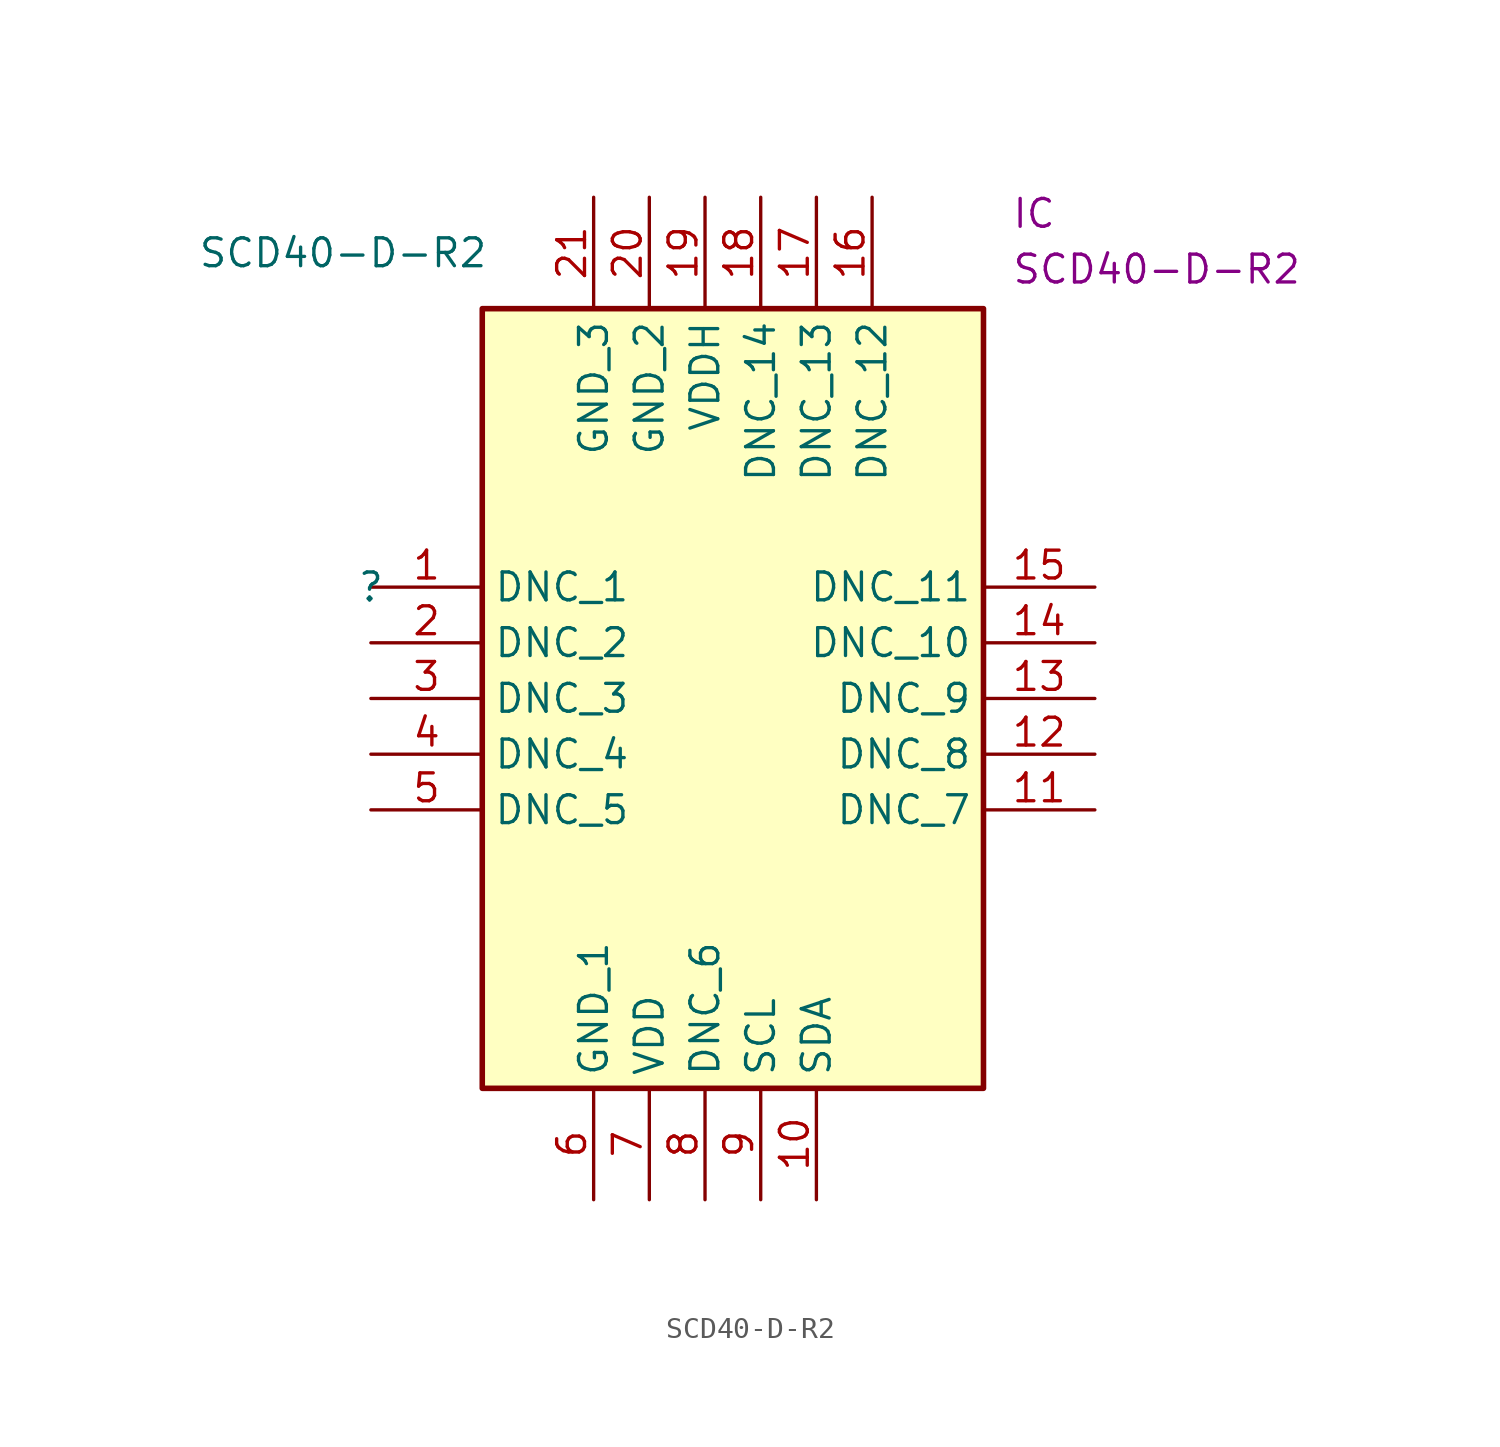
<source format=kicad_sym>
(kicad_symbol_lib
  (version 20231120)
  (generator "kicad_symbol_editor")
  (generator_version "8.0")
  (symbol "SCD40-D-R2"
    (property "Reference" ""
      (at 0 0 0)
      (effects (font (size 1.27 1.27))))
    (property "Value" "SCD40-D-R2"
      (at -1.27 15.24 0)
      (effects (font (size 1.27 1.27))))
    (property "Reference_1" "IC"
      (at 29.21 17.78 0)
      (effects (font (size 1.27 1.27)) (justify left top)))
    (property "Value_1" "SCD40-D-R2"
      (at 29.21 15.24 0)
      (effects (font (size 1.27 1.27)) (justify left top)))
    (symbol "SCD40-D-R2_1_1"
      (rectangle (start 5.08 12.7) (end 27.94 -22.86) (stroke (width 0.254) (type default)) (fill (type background)))
      (pin passive line (at 0 0 0) (length 5.08) (name "DNC_1" (effects (font (size 1.27 1.27)))) (number "1" (effects (font (size 1.27 1.27)))))
      (pin passive line (at 20.32 -27.94 90) (length 5.08) (name "SDA" (effects (font (size 1.27 1.27)))) (number "10" (effects (font (size 1.27 1.27)))))
      (pin passive line (at 33.02 -10.16 180) (length 5.08) (name "DNC_7" (effects (font (size 1.27 1.27)))) (number "11" (effects (font (size 1.27 1.27)))))
      (pin passive line (at 33.02 -7.62 180) (length 5.08) (name "DNC_8" (effects (font (size 1.27 1.27)))) (number "12" (effects (font (size 1.27 1.27)))))
      (pin passive line (at 33.02 -5.08 180) (length 5.08) (name "DNC_9" (effects (font (size 1.27 1.27)))) (number "13" (effects (font (size 1.27 1.27)))))
      (pin passive line (at 33.02 -2.54 180) (length 5.08) (name "DNC_10" (effects (font (size 1.27 1.27)))) (number "14" (effects (font (size 1.27 1.27)))))
      (pin passive line (at 33.02 0 180) (length 5.08) (name "DNC_11" (effects (font (size 1.27 1.27)))) (number "15" (effects (font (size 1.27 1.27)))))
      (pin passive line (at 22.86 17.78 270) (length 5.08) (name "DNC_12" (effects (font (size 1.27 1.27)))) (number "16" (effects (font (size 1.27 1.27)))))
      (pin passive line (at 20.32 17.78 270) (length 5.08) (name "DNC_13" (effects (font (size 1.27 1.27)))) (number "17" (effects (font (size 1.27 1.27)))))
      (pin passive line (at 17.78 17.78 270) (length 5.08) (name "DNC_14" (effects (font (size 1.27 1.27)))) (number "18" (effects (font (size 1.27 1.27)))))
      (pin passive line (at 15.24 17.78 270) (length 5.08) (name "VDDH" (effects (font (size 1.27 1.27)))) (number "19" (effects (font (size 1.27 1.27)))))
      (pin passive line (at 0 -2.54 0) (length 5.08) (name "DNC_2" (effects (font (size 1.27 1.27)))) (number "2" (effects (font (size 1.27 1.27)))))
      (pin passive line (at 12.7 17.78 270) (length 5.08) (name "GND_2" (effects (font (size 1.27 1.27)))) (number "20" (effects (font (size 1.27 1.27)))))
      (pin passive line (at 10.16 17.78 270) (length 5.08) (name "GND_3" (effects (font (size 1.27 1.27)))) (number "21" (effects (font (size 1.27 1.27)))))
      (pin passive line (at 0 -5.08 0) (length 5.08) (name "DNC_3" (effects (font (size 1.27 1.27)))) (number "3" (effects (font (size 1.27 1.27)))))
      (pin passive line (at 0 -7.62 0) (length 5.08) (name "DNC_4" (effects (font (size 1.27 1.27)))) (number "4" (effects (font (size 1.27 1.27)))))
      (pin passive line (at 0 -10.16 0) (length 5.08) (name "DNC_5" (effects (font (size 1.27 1.27)))) (number "5" (effects (font (size 1.27 1.27)))))
      (pin passive line (at 10.16 -27.94 90) (length 5.08) (name "GND_1" (effects (font (size 1.27 1.27)))) (number "6" (effects (font (size 1.27 1.27)))))
      (pin passive line (at 12.7 -27.94 90) (length 5.08) (name "VDD" (effects (font (size 1.27 1.27)))) (number "7" (effects (font (size 1.27 1.27)))))
      (pin passive line (at 15.24 -27.94 90) (length 5.08) (name "DNC_6" (effects (font (size 1.27 1.27)))) (number "8" (effects (font (size 1.27 1.27)))))
      (pin passive line (at 17.78 -27.94 90) (length 5.08) (name "SCL" (effects (font (size 1.27 1.27)))) (number "9" (effects (font (size 1.27 1.27))))))))
</source>
